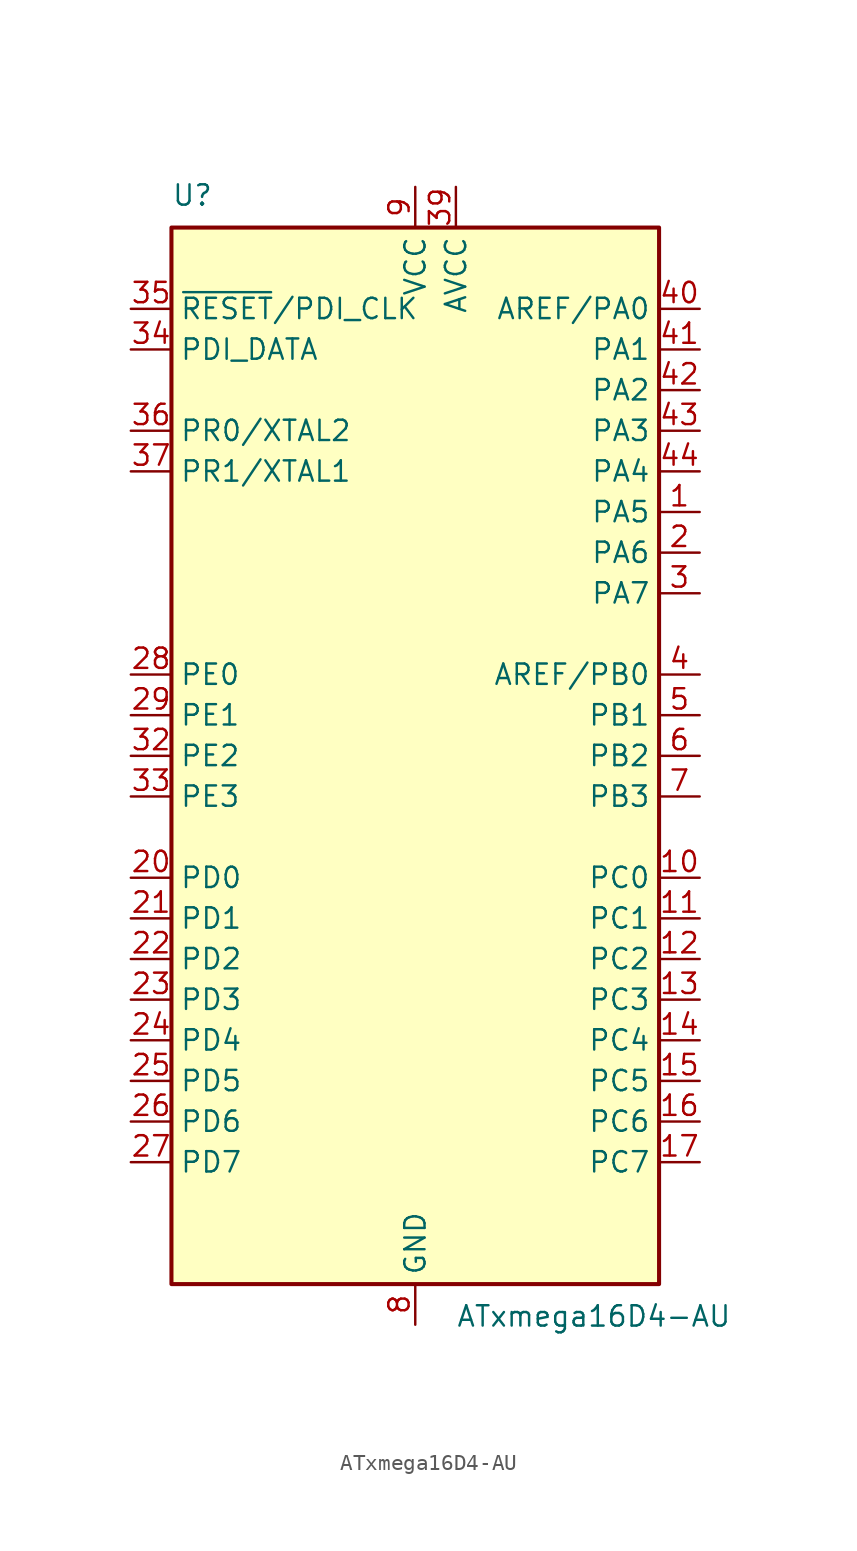
<source format=kicad_sym>
(kicad_symbol_lib
  (version 20211014)
  (generator kicad_symbol_editor)
  (symbol "ATxmega16D4-AU"
    (property "Reference" "U"
      (at -15.24 34.29 0)
      (effects (font (size 1.27 1.27)) (justify left bottom)))
    (property "Value" "ATxmega16D4-AU"
      (at 2.54 -34.29 0)
      (effects (font (size 1.27 1.27)) (justify left top)))
    (symbol "ATxmega16D4-AU_0_1"
      (rectangle (start -15.24 -33.02) (end 15.24 33.02) (stroke (width 0.254) (type default) (color 0 0 0 0)) (fill (type background))))
    (symbol "ATxmega16D4-AU_1_1"
      (pin bidirectional line (at 17.78 15.24 180) (length 2.54) (name "PA5" (effects (font (size 1.27 1.27)))) (number "1" (effects (font (size 1.27 1.27)))))
      (pin bidirectional line (at 17.78 -7.62 180) (length 2.54) (name "PC0" (effects (font (size 1.27 1.27)))) (number "10" (effects (font (size 1.27 1.27)))))
      (pin bidirectional line (at 17.78 -10.16 180) (length 2.54) (name "PC1" (effects (font (size 1.27 1.27)))) (number "11" (effects (font (size 1.27 1.27)))))
      (pin bidirectional line (at 17.78 -12.7 180) (length 2.54) (name "PC2" (effects (font (size 1.27 1.27)))) (number "12" (effects (font (size 1.27 1.27)))))
      (pin bidirectional line (at 17.78 -15.24 180) (length 2.54) (name "PC3" (effects (font (size 1.27 1.27)))) (number "13" (effects (font (size 1.27 1.27)))))
      (pin bidirectional line (at 17.78 -17.78 180) (length 2.54) (name "PC4" (effects (font (size 1.27 1.27)))) (number "14" (effects (font (size 1.27 1.27)))))
      (pin bidirectional line (at 17.78 -20.32 180) (length 2.54) (name "PC5" (effects (font (size 1.27 1.27)))) (number "15" (effects (font (size 1.27 1.27)))))
      (pin bidirectional line (at 17.78 -22.86 180) (length 2.54) (name "PC6" (effects (font (size 1.27 1.27)))) (number "16" (effects (font (size 1.27 1.27)))))
      (pin bidirectional line (at 17.78 -25.4 180) (length 2.54) (name "PC7" (effects (font (size 1.27 1.27)))) (number "17" (effects (font (size 1.27 1.27)))))
      (pin passive line (at 0 -35.56 90) (length 2.54) hide (name "GND" (effects (font (size 1.27 1.27)))) (number "18" (effects (font (size 1.27 1.27)))))
      (pin passive line (at 0 35.56 270) (length 2.54) hide (name "VCC" (effects (font (size 1.27 1.27)))) (number "19" (effects (font (size 1.27 1.27)))))
      (pin bidirectional line (at 17.78 12.7 180) (length 2.54) (name "PA6" (effects (font (size 1.27 1.27)))) (number "2" (effects (font (size 1.27 1.27)))))
      (pin bidirectional line (at -17.78 -7.62 0) (length 2.54) (name "PD0" (effects (font (size 1.27 1.27)))) (number "20" (effects (font (size 1.27 1.27)))))
      (pin bidirectional line (at -17.78 -10.16 0) (length 2.54) (name "PD1" (effects (font (size 1.27 1.27)))) (number "21" (effects (font (size 1.27 1.27)))))
      (pin bidirectional line (at -17.78 -12.7 0) (length 2.54) (name "PD2" (effects (font (size 1.27 1.27)))) (number "22" (effects (font (size 1.27 1.27)))))
      (pin bidirectional line (at -17.78 -15.24 0) (length 2.54) (name "PD3" (effects (font (size 1.27 1.27)))) (number "23" (effects (font (size 1.27 1.27)))))
      (pin bidirectional line (at -17.78 -17.78 0) (length 2.54) (name "PD4" (effects (font (size 1.27 1.27)))) (number "24" (effects (font (size 1.27 1.27)))))
      (pin bidirectional line (at -17.78 -20.32 0) (length 2.54) (name "PD5" (effects (font (size 1.27 1.27)))) (number "25" (effects (font (size 1.27 1.27)))))
      (pin bidirectional line (at -17.78 -22.86 0) (length 2.54) (name "PD6" (effects (font (size 1.27 1.27)))) (number "26" (effects (font (size 1.27 1.27)))))
      (pin bidirectional line (at -17.78 -25.4 0) (length 2.54) (name "PD7" (effects (font (size 1.27 1.27)))) (number "27" (effects (font (size 1.27 1.27)))))
      (pin bidirectional line (at -17.78 5.08 0) (length 2.54) (name "PE0" (effects (font (size 1.27 1.27)))) (number "28" (effects (font (size 1.27 1.27)))))
      (pin bidirectional line (at -17.78 2.54 0) (length 2.54) (name "PE1" (effects (font (size 1.27 1.27)))) (number "29" (effects (font (size 1.27 1.27)))))
      (pin bidirectional line (at 17.78 10.16 180) (length 2.54) (name "PA7" (effects (font (size 1.27 1.27)))) (number "3" (effects (font (size 1.27 1.27)))))
      (pin passive line (at 0 -35.56 90) (length 2.54) hide (name "GND" (effects (font (size 1.27 1.27)))) (number "30" (effects (font (size 1.27 1.27)))))
      (pin passive line (at 0 35.56 270) (length 2.54) hide (name "VCC" (effects (font (size 1.27 1.27)))) (number "31" (effects (font (size 1.27 1.27)))))
      (pin bidirectional line (at -17.78 0 0) (length 2.54) (name "PE2" (effects (font (size 1.27 1.27)))) (number "32" (effects (font (size 1.27 1.27)))))
      (pin bidirectional line (at -17.78 -2.54 0) (length 2.54) (name "PE3" (effects (font (size 1.27 1.27)))) (number "33" (effects (font (size 1.27 1.27)))))
      (pin bidirectional line (at -17.78 25.4 0) (length 2.54) (name "PDI_DATA" (effects (font (size 1.27 1.27)))) (number "34" (effects (font (size 1.27 1.27)))))
      (pin input line (at -17.78 27.94 0) (length 2.54) (name "~{RESET}/PDI_CLK" (effects (font (size 1.27 1.27)))) (number "35" (effects (font (size 1.27 1.27)))))
      (pin bidirectional line (at -17.78 20.32 0) (length 2.54) (name "PR0/XTAL2" (effects (font (size 1.27 1.27)))) (number "36" (effects (font (size 1.27 1.27)))))
      (pin bidirectional line (at -17.78 17.78 0) (length 2.54) (name "PR1/XTAL1" (effects (font (size 1.27 1.27)))) (number "37" (effects (font (size 1.27 1.27)))))
      (pin passive line (at 0 -35.56 90) (length 2.54) hide (name "GND" (effects (font (size 1.27 1.27)))) (number "38" (effects (font (size 1.27 1.27)))))
      (pin power_in line (at 2.54 35.56 270) (length 2.54) (name "AVCC" (effects (font (size 1.27 1.27)))) (number "39" (effects (font (size 1.27 1.27)))))
      (pin bidirectional line (at 17.78 5.08 180) (length 2.54) (name "AREF/PB0" (effects (font (size 1.27 1.27)))) (number "4" (effects (font (size 1.27 1.27)))))
      (pin bidirectional line (at 17.78 27.94 180) (length 2.54) (name "AREF/PA0" (effects (font (size 1.27 1.27)))) (number "40" (effects (font (size 1.27 1.27)))))
      (pin bidirectional line (at 17.78 25.4 180) (length 2.54) (name "PA1" (effects (font (size 1.27 1.27)))) (number "41" (effects (font (size 1.27 1.27)))))
      (pin bidirectional line (at 17.78 22.86 180) (length 2.54) (name "PA2" (effects (font (size 1.27 1.27)))) (number "42" (effects (font (size 1.27 1.27)))))
      (pin bidirectional line (at 17.78 20.32 180) (length 2.54) (name "PA3" (effects (font (size 1.27 1.27)))) (number "43" (effects (font (size 1.27 1.27)))))
      (pin bidirectional line (at 17.78 17.78 180) (length 2.54) (name "PA4" (effects (font (size 1.27 1.27)))) (number "44" (effects (font (size 1.27 1.27)))))
      (pin bidirectional line (at 17.78 2.54 180) (length 2.54) (name "PB1" (effects (font (size 1.27 1.27)))) (number "5" (effects (font (size 1.27 1.27)))))
      (pin bidirectional line (at 17.78 0 180) (length 2.54) (name "PB2" (effects (font (size 1.27 1.27)))) (number "6" (effects (font (size 1.27 1.27)))))
      (pin bidirectional line (at 17.78 -2.54 180) (length 2.54) (name "PB3" (effects (font (size 1.27 1.27)))) (number "7" (effects (font (size 1.27 1.27)))))
      (pin power_in line (at 0 -35.56 90) (length 2.54) (name "GND" (effects (font (size 1.27 1.27)))) (number "8" (effects (font (size 1.27 1.27)))))
      (pin power_in line (at 0 35.56 270) (length 2.54) (name "VCC" (effects (font (size 1.27 1.27)))) (number "9" (effects (font (size 1.27 1.27))))))))
</source>
